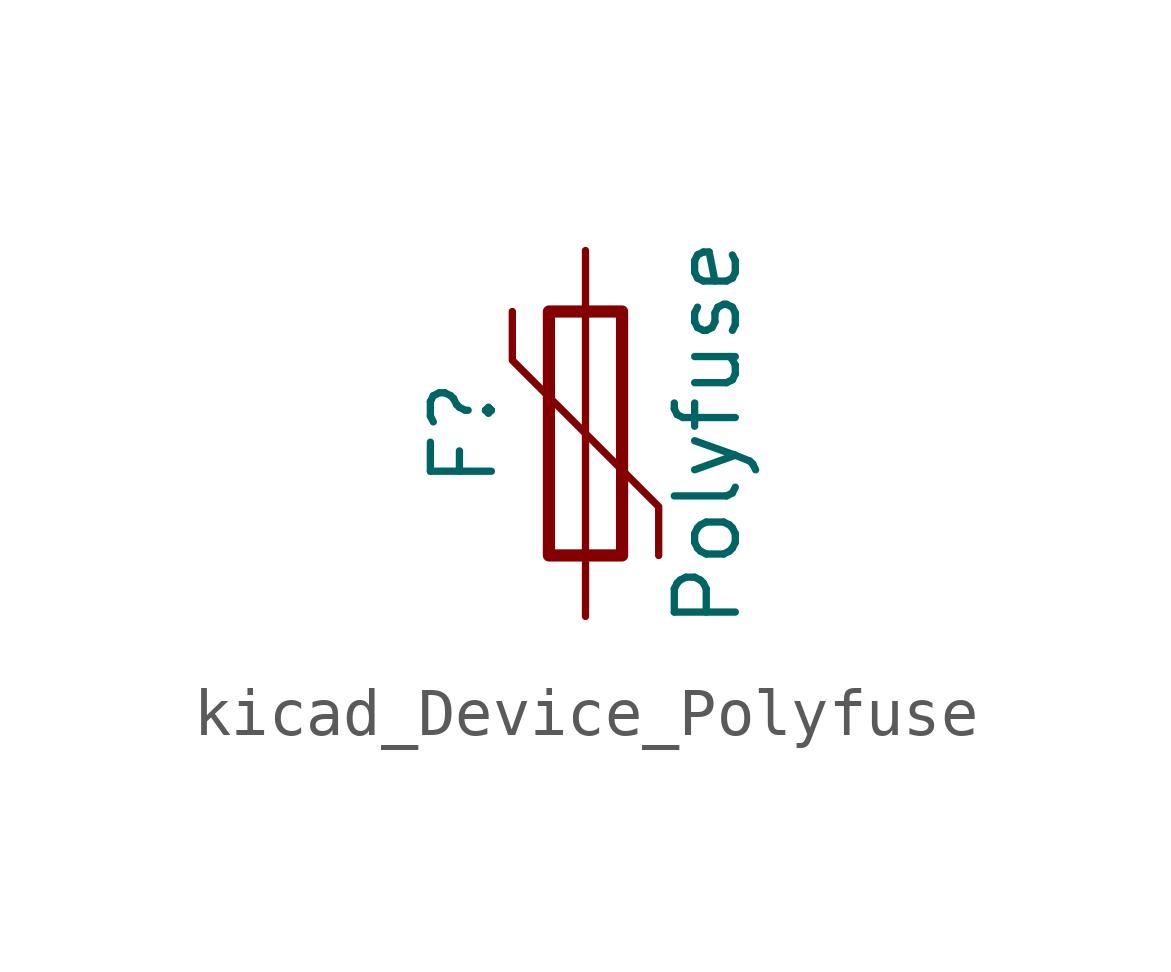
<source format=kicad_sym>
(kicad_symbol_lib
  (version 20220914)
  (generator kicad_symbol_editor)
  (symbol "kicad_Device_Polyfuse"
    (pin_numbers hide)
    (pin_names
      (offset 0))
    (property "Reference" "F"
      (at -2.54 0 90)
      (effects (font (size 1.27 1.27))))
    (property "Value" "Polyfuse"
      (at 2.54 0 90)
      (effects (font (size 1.27 1.27))))
    (symbol "kicad_Device_Polyfuse_0_1"
      (rectangle (start -0.762 2.54) (end 0.762 -2.54) (stroke (width 0.254) (type default)) (fill (type none)))
      (polyline (pts (xy 0 2.54) (xy 0 -2.54)) (stroke (width 0) (type default)) (fill (type none)))
      (polyline (pts (xy -1.524 2.54) (xy -1.524 1.524) (xy 1.524 -1.524) (xy 1.524 -2.54)) (stroke (width 0) (type default)) (fill (type none))))
    (symbol "kicad_Device_Polyfuse_1_1"
      (pin passive line (at 0 3.81 270) (length 1.27) (name "~" (effects (font (size 1.27 1.27)))) (number "1" (effects (font (size 1.27 1.27)))))
      (pin passive line (at 0 -3.81 90) (length 1.27) (name "~" (effects (font (size 1.27 1.27)))) (number "2" (effects (font (size 1.27 1.27))))))))
</source>
